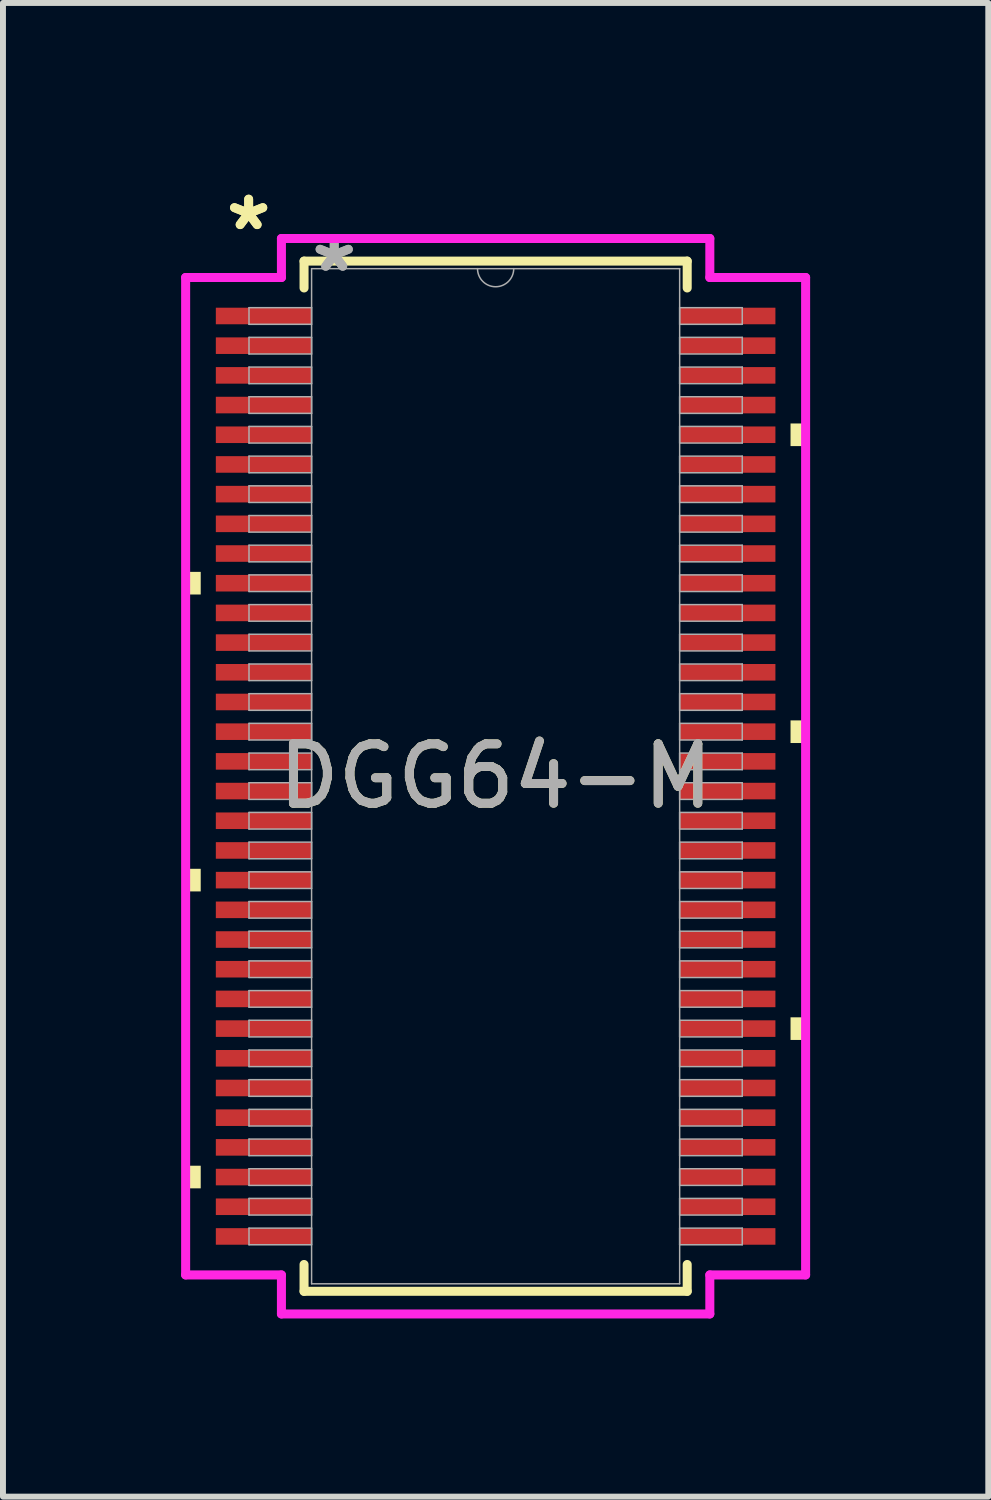
<source format=kicad_pcb>
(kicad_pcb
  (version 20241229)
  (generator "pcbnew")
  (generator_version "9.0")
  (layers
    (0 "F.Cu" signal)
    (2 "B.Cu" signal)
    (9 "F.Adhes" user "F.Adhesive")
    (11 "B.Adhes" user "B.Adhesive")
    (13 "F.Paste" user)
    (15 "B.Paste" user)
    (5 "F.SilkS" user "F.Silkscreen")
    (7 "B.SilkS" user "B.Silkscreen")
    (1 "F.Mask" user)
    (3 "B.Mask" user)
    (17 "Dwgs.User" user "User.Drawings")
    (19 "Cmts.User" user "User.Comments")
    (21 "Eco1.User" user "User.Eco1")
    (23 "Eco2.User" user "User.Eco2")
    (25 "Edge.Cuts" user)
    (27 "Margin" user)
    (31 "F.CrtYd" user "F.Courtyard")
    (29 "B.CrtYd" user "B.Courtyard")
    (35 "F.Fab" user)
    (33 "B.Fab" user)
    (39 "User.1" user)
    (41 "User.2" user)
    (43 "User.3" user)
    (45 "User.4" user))
  (footprint "DGG64-M"
    (layer "F.Cu")
    (at 5.296 10.021)
    (property "Reference" "DGG64-M" (at 0 0 0) (unlocked yes) (layer "F.SilkS") (effects (font (size 1 1) (thickness 0.15))))
    (attr smd)
    (fp_line (start -3.226 -8.674) (end -3.226 -8.222) (stroke (width 0.152) (type solid)) (layer "F.SilkS"))
    (fp_line (start -3.226 8.222) (end -3.226 8.674) (stroke (width 0.152) (type solid)) (layer "F.SilkS"))
    (fp_line (start -3.226 8.674) (end 3.226 8.674) (stroke (width 0.152) (type solid)) (layer "F.SilkS"))
    (fp_line (start 3.226 -8.674) (end -3.226 -8.674) (stroke (width 0.152) (type solid)) (layer "F.SilkS"))
    (fp_line (start 3.226 -8.222) (end 3.226 -8.674) (stroke (width 0.152) (type solid)) (layer "F.SilkS"))
    (fp_line (start 3.226 8.674) (end 3.226 8.222) (stroke (width 0.152) (type solid)) (layer "F.SilkS"))
    (fp_poly (pts (xy -5.22 -3.441) (xy -5.22 -3.06) (xy -4.966 -3.06) (xy -4.966 -3.441)) (stroke (width 0) (type solid)) (fill yes) (layer "F.SilkS"))
    (fp_poly (pts (xy -5.22 1.559) (xy -5.22 1.94) (xy -4.966 1.94) (xy -4.966 1.559)) (stroke (width 0) (type solid)) (fill yes) (layer "F.SilkS"))
    (fp_poly (pts (xy -5.22 6.559) (xy -5.22 6.94) (xy -4.966 6.94) (xy -4.966 6.559)) (stroke (width 0) (type solid)) (fill yes) (layer "F.SilkS"))
    (fp_poly (pts (xy 5.22 -5.94) (xy 5.22 -5.559) (xy 4.966 -5.559) (xy 4.966 -5.94)) (stroke (width 0) (type solid)) (fill yes) (layer "F.SilkS"))
    (fp_poly (pts (xy 5.22 -0.94) (xy 5.22 -0.559) (xy 4.966 -0.559) (xy 4.966 -0.94)) (stroke (width 0) (type solid)) (fill yes) (layer "F.SilkS"))
    (fp_poly (pts (xy 5.22 4.06) (xy 5.22 4.441) (xy 4.966 4.441) (xy 4.966 4.06)) (stroke (width 0) (type solid)) (fill yes) (layer "F.SilkS"))
    (fp_line (start -5.22 -8.398) (end -3.607 -8.398) (stroke (width 0.152) (type solid)) (layer "F.CrtYd"))
    (fp_line (start -5.22 8.398) (end -5.22 -8.398) (stroke (width 0.152) (type solid)) (layer "F.CrtYd"))
    (fp_line (start -5.22 8.398) (end -3.607 8.398) (stroke (width 0.152) (type solid)) (layer "F.CrtYd"))
    (fp_line (start -3.607 -9.055) (end 3.607 -9.055) (stroke (width 0.152) (type solid)) (layer "F.CrtYd"))
    (fp_line (start -3.607 -8.398) (end -3.607 -9.055) (stroke (width 0.152) (type solid)) (layer "F.CrtYd"))
    (fp_line (start -3.607 9.055) (end -3.607 8.398) (stroke (width 0.152) (type solid)) (layer "F.CrtYd"))
    (fp_line (start 3.607 -9.055) (end 3.607 -8.398) (stroke (width 0.152) (type solid)) (layer "F.CrtYd"))
    (fp_line (start 3.607 8.398) (end 3.607 9.055) (stroke (width 0.152) (type solid)) (layer "F.CrtYd"))
    (fp_line (start 3.607 9.055) (end -3.607 9.055) (stroke (width 0.152) (type solid)) (layer "F.CrtYd"))
    (fp_line (start 5.22 -8.398) (end 3.607 -8.398) (stroke (width 0.152) (type solid)) (layer "F.CrtYd"))
    (fp_line (start 5.22 -8.398) (end 5.22 8.398) (stroke (width 0.152) (type solid)) (layer "F.CrtYd"))
    (fp_line (start 5.22 8.398) (end 3.607 8.398) (stroke (width 0.152) (type solid)) (layer "F.CrtYd"))
    (fp_line (start -4.153 -7.89) (end -4.153 -7.61) (stroke (width 0.025) (type solid)) (layer "F.Fab"))
    (fp_line (start -4.153 -7.61) (end -3.099 -7.61) (stroke (width 0.025) (type solid)) (layer "F.Fab"))
    (fp_line (start -4.153 -7.39) (end -4.153 -7.11) (stroke (width 0.025) (type solid)) (layer "F.Fab"))
    (fp_line (start -4.153 -7.11) (end -3.099 -7.11) (stroke (width 0.025) (type solid)) (layer "F.Fab"))
    (fp_line (start -4.153 -6.89) (end -4.153 -6.61) (stroke (width 0.025) (type solid)) (layer "F.Fab"))
    (fp_line (start -4.153 -6.61) (end -3.099 -6.61) (stroke (width 0.025) (type solid)) (layer "F.Fab"))
    (fp_line (start -4.153 -6.39) (end -4.153 -6.11) (stroke (width 0.025) (type solid)) (layer "F.Fab"))
    (fp_line (start -4.153 -6.11) (end -3.099 -6.11) (stroke (width 0.025) (type solid)) (layer "F.Fab"))
    (fp_line (start -4.153 -5.89) (end -4.153 -5.61) (stroke (width 0.025) (type solid)) (layer "F.Fab"))
    (fp_line (start -4.153 -5.61) (end -3.099 -5.61) (stroke (width 0.025) (type solid)) (layer "F.Fab"))
    (fp_line (start -4.153 -5.39) (end -4.153 -5.11) (stroke (width 0.025) (type solid)) (layer "F.Fab"))
    (fp_line (start -4.153 -5.11) (end -3.099 -5.11) (stroke (width 0.025) (type solid)) (layer "F.Fab"))
    (fp_line (start -4.153 -4.89) (end -4.153 -4.61) (stroke (width 0.025) (type solid)) (layer "F.Fab"))
    (fp_line (start -4.153 -4.61) (end -3.099 -4.61) (stroke (width 0.025) (type solid)) (layer "F.Fab"))
    (fp_line (start -4.153 -4.39) (end -4.153 -4.11) (stroke (width 0.025) (type solid)) (layer "F.Fab"))
    (fp_line (start -4.153 -4.11) (end -3.099 -4.11) (stroke (width 0.025) (type solid)) (layer "F.Fab"))
    (fp_line (start -4.153 -3.89) (end -4.153 -3.61) (stroke (width 0.025) (type solid)) (layer "F.Fab"))
    (fp_line (start -4.153 -3.61) (end -3.099 -3.61) (stroke (width 0.025) (type solid)) (layer "F.Fab"))
    (fp_line (start -4.153 -3.39) (end -4.153 -3.11) (stroke (width 0.025) (type solid)) (layer "F.Fab"))
    (fp_line (start -4.153 -3.11) (end -3.099 -3.11) (stroke (width 0.025) (type solid)) (layer "F.Fab"))
    (fp_line (start -4.153 -2.89) (end -4.153 -2.61) (stroke (width 0.025) (type solid)) (layer "F.Fab"))
    (fp_line (start -4.153 -2.61) (end -3.099 -2.61) (stroke (width 0.025) (type solid)) (layer "F.Fab"))
    (fp_line (start -4.153 -2.39) (end -4.153 -2.11) (stroke (width 0.025) (type solid)) (layer "F.Fab"))
    (fp_line (start -4.153 -2.11) (end -3.099 -2.11) (stroke (width 0.025) (type solid)) (layer "F.Fab"))
    (fp_line (start -4.153 -1.89) (end -4.153 -1.61) (stroke (width 0.025) (type solid)) (layer "F.Fab"))
    (fp_line (start -4.153 -1.61) (end -3.099 -1.61) (stroke (width 0.025) (type solid)) (layer "F.Fab"))
    (fp_line (start -4.153 -1.39) (end -4.153 -1.11) (stroke (width 0.025) (type solid)) (layer "F.Fab"))
    (fp_line (start -4.153 -1.11) (end -3.099 -1.11) (stroke (width 0.025) (type solid)) (layer "F.Fab"))
    (fp_line (start -4.153 -0.89) (end -4.153 -0.61) (stroke (width 0.025) (type solid)) (layer "F.Fab"))
    (fp_line (start -4.153 -0.61) (end -3.099 -0.61) (stroke (width 0.025) (type solid)) (layer "F.Fab"))
    (fp_line (start -4.153 -0.39) (end -4.153 -0.11) (stroke (width 0.025) (type solid)) (layer "F.Fab"))
    (fp_line (start -4.153 -0.11) (end -3.099 -0.11) (stroke (width 0.025) (type solid)) (layer "F.Fab"))
    (fp_line (start -4.153 0.11) (end -4.153 0.39) (stroke (width 0.025) (type solid)) (layer "F.Fab"))
    (fp_line (start -4.153 0.39) (end -3.099 0.39) (stroke (width 0.025) (type solid)) (layer "F.Fab"))
    (fp_line (start -4.153 0.61) (end -4.153 0.89) (stroke (width 0.025) (type solid)) (layer "F.Fab"))
    (fp_line (start -4.153 0.89) (end -3.099 0.89) (stroke (width 0.025) (type solid)) (layer "F.Fab"))
    (fp_line (start -4.153 1.11) (end -4.153 1.39) (stroke (width 0.025) (type solid)) (layer "F.Fab"))
    (fp_line (start -4.153 1.39) (end -3.099 1.39) (stroke (width 0.025) (type solid)) (layer "F.Fab"))
    (fp_line (start -4.153 1.61) (end -4.153 1.89) (stroke (width 0.025) (type solid)) (layer "F.Fab"))
    (fp_line (start -4.153 1.89) (end -3.099 1.89) (stroke (width 0.025) (type solid)) (layer "F.Fab"))
    (fp_line (start -4.153 2.11) (end -4.153 2.39) (stroke (width 0.025) (type solid)) (layer "F.Fab"))
    (fp_line (start -4.153 2.39) (end -3.099 2.39) (stroke (width 0.025) (type solid)) (layer "F.Fab"))
    (fp_line (start -4.153 2.61) (end -4.153 2.89) (stroke (width 0.025) (type solid)) (layer "F.Fab"))
    (fp_line (start -4.153 2.89) (end -3.099 2.89) (stroke (width 0.025) (type solid)) (layer "F.Fab"))
    (fp_line (start -4.153 3.11) (end -4.153 3.39) (stroke (width 0.025) (type solid)) (layer "F.Fab"))
    (fp_line (start -4.153 3.39) (end -3.099 3.39) (stroke (width 0.025) (type solid)) (layer "F.Fab"))
    (fp_line (start -4.153 3.61) (end -4.153 3.89) (stroke (width 0.025) (type solid)) (layer "F.Fab"))
    (fp_line (start -4.153 3.89) (end -3.099 3.89) (stroke (width 0.025) (type solid)) (layer "F.Fab"))
    (fp_line (start -4.153 4.11) (end -4.153 4.39) (stroke (width 0.025) (type solid)) (layer "F.Fab"))
    (fp_line (start -4.153 4.39) (end -3.099 4.39) (stroke (width 0.025) (type solid)) (layer "F.Fab"))
    (fp_line (start -4.153 4.61) (end -4.153 4.89) (stroke (width 0.025) (type solid)) (layer "F.Fab"))
    (fp_line (start -4.153 4.89) (end -3.099 4.89) (stroke (width 0.025) (type solid)) (layer "F.Fab"))
    (fp_line (start -4.153 5.11) (end -4.153 5.39) (stroke (width 0.025) (type solid)) (layer "F.Fab"))
    (fp_line (start -4.153 5.39) (end -3.099 5.39) (stroke (width 0.025) (type solid)) (layer "F.Fab"))
    (fp_line (start -4.153 5.61) (end -4.153 5.89) (stroke (width 0.025) (type solid)) (layer "F.Fab"))
    (fp_line (start -4.153 5.89) (end -3.099 5.89) (stroke (width 0.025) (type solid)) (layer "F.Fab"))
    (fp_line (start -4.153 6.11) (end -4.153 6.39) (stroke (width 0.025) (type solid)) (layer "F.Fab"))
    (fp_line (start -4.153 6.39) (end -3.099 6.39) (stroke (width 0.025) (type solid)) (layer "F.Fab"))
    (fp_line (start -4.153 6.61) (end -4.153 6.89) (stroke (width 0.025) (type solid)) (layer "F.Fab"))
    (fp_line (start -4.153 6.89) (end -3.099 6.89) (stroke (width 0.025) (type solid)) (layer "F.Fab"))
    (fp_line (start -4.153 7.11) (end -4.153 7.39) (stroke (width 0.025) (type solid)) (layer "F.Fab"))
    (fp_line (start -4.153 7.39) (end -3.099 7.39) (stroke (width 0.025) (type solid)) (layer "F.Fab"))
    (fp_line (start -4.153 7.61) (end -4.153 7.89) (stroke (width 0.025) (type solid)) (layer "F.Fab"))
    (fp_line (start -4.153 7.89) (end -3.099 7.89) (stroke (width 0.025) (type solid)) (layer "F.Fab"))
    (fp_line (start -3.099 -8.547) (end -3.099 8.547) (stroke (width 0.025) (type solid)) (layer "F.Fab"))
    (fp_line (start -3.099 -7.89) (end -4.153 -7.89) (stroke (width 0.025) (type solid)) (layer "F.Fab"))
    (fp_line (start -3.099 -7.61) (end -3.099 -7.89) (stroke (width 0.025) (type solid)) (layer "F.Fab"))
    (fp_line (start -3.099 -7.39) (end -4.153 -7.39) (stroke (width 0.025) (type solid)) (layer "F.Fab"))
    (fp_line (start -3.099 -7.11) (end -3.099 -7.39) (stroke (width 0.025) (type solid)) (layer "F.Fab"))
    (fp_line (start -3.099 -6.89) (end -4.153 -6.89) (stroke (width 0.025) (type solid)) (layer "F.Fab"))
    (fp_line (start -3.099 -6.61) (end -3.099 -6.89) (stroke (width 0.025) (type solid)) (layer "F.Fab"))
    (fp_line (start -3.099 -6.39) (end -4.153 -6.39) (stroke (width 0.025) (type solid)) (layer "F.Fab"))
    (fp_line (start -3.099 -6.11) (end -3.099 -6.39) (stroke (width 0.025) (type solid)) (layer "F.Fab"))
    (fp_line (start -3.099 -5.89) (end -4.153 -5.89) (stroke (width 0.025) (type solid)) (layer "F.Fab"))
    (fp_line (start -3.099 -5.61) (end -3.099 -5.89) (stroke (width 0.025) (type solid)) (layer "F.Fab"))
    (fp_line (start -3.099 -5.39) (end -4.153 -5.39) (stroke (width 0.025) (type solid)) (layer "F.Fab"))
    (fp_line (start -3.099 -5.11) (end -3.099 -5.39) (stroke (width 0.025) (type solid)) (layer "F.Fab"))
    (fp_line (start -3.099 -4.89) (end -4.153 -4.89) (stroke (width 0.025) (type solid)) (layer "F.Fab"))
    (fp_line (start -3.099 -4.61) (end -3.099 -4.89) (stroke (width 0.025) (type solid)) (layer "F.Fab"))
    (fp_line (start -3.099 -4.39) (end -4.153 -4.39) (stroke (width 0.025) (type solid)) (layer "F.Fab"))
    (fp_line (start -3.099 -4.11) (end -3.099 -4.39) (stroke (width 0.025) (type solid)) (layer "F.Fab"))
    (fp_line (start -3.099 -3.89) (end -4.153 -3.89) (stroke (width 0.025) (type solid)) (layer "F.Fab"))
    (fp_line (start -3.099 -3.61) (end -3.099 -3.89) (stroke (width 0.025) (type solid)) (layer "F.Fab"))
    (fp_line (start -3.099 -3.39) (end -4.153 -3.39) (stroke (width 0.025) (type solid)) (layer "F.Fab"))
    (fp_line (start -3.099 -3.11) (end -3.099 -3.39) (stroke (width 0.025) (type solid)) (layer "F.Fab"))
    (fp_line (start -3.099 -2.89) (end -4.153 -2.89) (stroke (width 0.025) (type solid)) (layer "F.Fab"))
    (fp_line (start -3.099 -2.61) (end -3.099 -2.89) (stroke (width 0.025) (type solid)) (layer "F.Fab"))
    (fp_line (start -3.099 -2.39) (end -4.153 -2.39) (stroke (width 0.025) (type solid)) (layer "F.Fab"))
    (fp_line (start -3.099 -2.11) (end -3.099 -2.39) (stroke (width 0.025) (type solid)) (layer "F.Fab"))
    (fp_line (start -3.099 -1.89) (end -4.153 -1.89) (stroke (width 0.025) (type solid)) (layer "F.Fab"))
    (fp_line (start -3.099 -1.61) (end -3.099 -1.89) (stroke (width 0.025) (type solid)) (layer "F.Fab"))
    (fp_line (start -3.099 -1.39) (end -4.153 -1.39) (stroke (width 0.025) (type solid)) (layer "F.Fab"))
    (fp_line (start -3.099 -1.11) (end -3.099 -1.39) (stroke (width 0.025) (type solid)) (layer "F.Fab"))
    (fp_line (start -3.099 -0.89) (end -4.153 -0.89) (stroke (width 0.025) (type solid)) (layer "F.Fab"))
    (fp_line (start -3.099 -0.61) (end -3.099 -0.89) (stroke (width 0.025) (type solid)) (layer "F.Fab"))
    (fp_line (start -3.099 -0.39) (end -4.153 -0.39) (stroke (width 0.025) (type solid)) (layer "F.Fab"))
    (fp_line (start -3.099 -0.11) (end -3.099 -0.39) (stroke (width 0.025) (type solid)) (layer "F.Fab"))
    (fp_line (start -3.099 0.11) (end -4.153 0.11) (stroke (width 0.025) (type solid)) (layer "F.Fab"))
    (fp_line (start -3.099 0.39) (end -3.099 0.11) (stroke (width 0.025) (type solid)) (layer "F.Fab"))
    (fp_line (start -3.099 0.61) (end -4.153 0.61) (stroke (width 0.025) (type solid)) (layer "F.Fab"))
    (fp_line (start -3.099 0.89) (end -3.099 0.61) (stroke (width 0.025) (type solid)) (layer "F.Fab"))
    (fp_line (start -3.099 1.11) (end -4.153 1.11) (stroke (width 0.025) (type solid)) (layer "F.Fab"))
    (fp_line (start -3.099 1.39) (end -3.099 1.11) (stroke (width 0.025) (type solid)) (layer "F.Fab"))
    (fp_line (start -3.099 1.61) (end -4.153 1.61) (stroke (width 0.025) (type solid)) (layer "F.Fab"))
    (fp_line (start -3.099 1.89) (end -3.099 1.61) (stroke (width 0.025) (type solid)) (layer "F.Fab"))
    (fp_line (start -3.099 2.11) (end -4.153 2.11) (stroke (width 0.025) (type solid)) (layer "F.Fab"))
    (fp_line (start -3.099 2.39) (end -3.099 2.11) (stroke (width 0.025) (type solid)) (layer "F.Fab"))
    (fp_line (start -3.099 2.61) (end -4.153 2.61) (stroke (width 0.025) (type solid)) (layer "F.Fab"))
    (fp_line (start -3.099 2.89) (end -3.099 2.61) (stroke (width 0.025) (type solid)) (layer "F.Fab"))
    (fp_line (start -3.099 3.11) (end -4.153 3.11) (stroke (width 0.025) (type solid)) (layer "F.Fab"))
    (fp_line (start -3.099 3.39) (end -3.099 3.11) (stroke (width 0.025) (type solid)) (layer "F.Fab"))
    (fp_line (start -3.099 3.61) (end -4.153 3.61) (stroke (width 0.025) (type solid)) (layer "F.Fab"))
    (fp_line (start -3.099 3.89) (end -3.099 3.61) (stroke (width 0.025) (type solid)) (layer "F.Fab"))
    (fp_line (start -3.099 4.11) (end -4.153 4.11) (stroke (width 0.025) (type solid)) (layer "F.Fab"))
    (fp_line (start -3.099 4.39) (end -3.099 4.11) (stroke (width 0.025) (type solid)) (layer "F.Fab"))
    (fp_line (start -3.099 4.61) (end -4.153 4.61) (stroke (width 0.025) (type solid)) (layer "F.Fab"))
    (fp_line (start -3.099 4.89) (end -3.099 4.61) (stroke (width 0.025) (type solid)) (layer "F.Fab"))
    (fp_line (start -3.099 5.11) (end -4.153 5.11) (stroke (width 0.025) (type solid)) (layer "F.Fab"))
    (fp_line (start -3.099 5.39) (end -3.099 5.11) (stroke (width 0.025) (type solid)) (layer "F.Fab"))
    (fp_line (start -3.099 5.61) (end -4.153 5.61) (stroke (width 0.025) (type solid)) (layer "F.Fab"))
    (fp_line (start -3.099 5.89) (end -3.099 5.61) (stroke (width 0.025) (type solid)) (layer "F.Fab"))
    (fp_line (start -3.099 6.11) (end -4.153 6.11) (stroke (width 0.025) (type solid)) (layer "F.Fab"))
    (fp_line (start -3.099 6.39) (end -3.099 6.11) (stroke (width 0.025) (type solid)) (layer "F.Fab"))
    (fp_line (start -3.099 6.61) (end -4.153 6.61) (stroke (width 0.025) (type solid)) (layer "F.Fab"))
    (fp_line (start -3.099 6.89) (end -3.099 6.61) (stroke (width 0.025) (type solid)) (layer "F.Fab"))
    (fp_line (start -3.099 7.11) (end -4.153 7.11) (stroke (width 0.025) (type solid)) (layer "F.Fab"))
    (fp_line (start -3.099 7.39) (end -3.099 7.11) (stroke (width 0.025) (type solid)) (layer "F.Fab"))
    (fp_line (start -3.099 7.61) (end -4.153 7.61) (stroke (width 0.025) (type solid)) (layer "F.Fab"))
    (fp_line (start -3.099 7.89) (end -3.099 7.61) (stroke (width 0.025) (type solid)) (layer "F.Fab"))
    (fp_line (start -3.099 8.547) (end 3.099 8.547) (stroke (width 0.025) (type solid)) (layer "F.Fab"))
    (fp_line (start 3.099 -8.547) (end -3.099 -8.547) (stroke (width 0.025) (type solid)) (layer "F.Fab"))
    (fp_line (start 3.099 -7.89) (end 3.099 -7.61) (stroke (width 0.025) (type solid)) (layer "F.Fab"))
    (fp_line (start 3.099 -7.61) (end 4.153 -7.61) (stroke (width 0.025) (type solid)) (layer "F.Fab"))
    (fp_line (start 3.099 -7.39) (end 3.099 -7.11) (stroke (width 0.025) (type solid)) (layer "F.Fab"))
    (fp_line (start 3.099 -7.11) (end 4.153 -7.11) (stroke (width 0.025) (type solid)) (layer "F.Fab"))
    (fp_line (start 3.099 -6.89) (end 3.099 -6.61) (stroke (width 0.025) (type solid)) (layer "F.Fab"))
    (fp_line (start 3.099 -6.61) (end 4.153 -6.61) (stroke (width 0.025) (type solid)) (layer "F.Fab"))
    (fp_line (start 3.099 -6.39) (end 3.099 -6.11) (stroke (width 0.025) (type solid)) (layer "F.Fab"))
    (fp_line (start 3.099 -6.11) (end 4.153 -6.11) (stroke (width 0.025) (type solid)) (layer "F.Fab"))
    (fp_line (start 3.099 -5.89) (end 3.099 -5.61) (stroke (width 0.025) (type solid)) (layer "F.Fab"))
    (fp_line (start 3.099 -5.61) (end 4.153 -5.61) (stroke (width 0.025) (type solid)) (layer "F.Fab"))
    (fp_line (start 3.099 -5.39) (end 3.099 -5.11) (stroke (width 0.025) (type solid)) (layer "F.Fab"))
    (fp_line (start 3.099 -5.11) (end 4.153 -5.11) (stroke (width 0.025) (type solid)) (layer "F.Fab"))
    (fp_line (start 3.099 -4.89) (end 3.099 -4.61) (stroke (width 0.025) (type solid)) (layer "F.Fab"))
    (fp_line (start 3.099 -4.61) (end 4.153 -4.61) (stroke (width 0.025) (type solid)) (layer "F.Fab"))
    (fp_line (start 3.099 -4.39) (end 3.099 -4.11) (stroke (width 0.025) (type solid)) (layer "F.Fab"))
    (fp_line (start 3.099 -4.11) (end 4.153 -4.11) (stroke (width 0.025) (type solid)) (layer "F.Fab"))
    (fp_line (start 3.099 -3.89) (end 3.099 -3.61) (stroke (width 0.025) (type solid)) (layer "F.Fab"))
    (fp_line (start 3.099 -3.61) (end 4.153 -3.61) (stroke (width 0.025) (type solid)) (layer "F.Fab"))
    (fp_line (start 3.099 -3.39) (end 3.099 -3.11) (stroke (width 0.025) (type solid)) (layer "F.Fab"))
    (fp_line (start 3.099 -3.11) (end 4.153 -3.11) (stroke (width 0.025) (type solid)) (layer "F.Fab"))
    (fp_line (start 3.099 -2.89) (end 3.099 -2.61) (stroke (width 0.025) (type solid)) (layer "F.Fab"))
    (fp_line (start 3.099 -2.61) (end 4.153 -2.61) (stroke (width 0.025) (type solid)) (layer "F.Fab"))
    (fp_line (start 3.099 -2.39) (end 3.099 -2.11) (stroke (width 0.025) (type solid)) (layer "F.Fab"))
    (fp_line (start 3.099 -2.11) (end 4.153 -2.11) (stroke (width 0.025) (type solid)) (layer "F.Fab"))
    (fp_line (start 3.099 -1.89) (end 3.099 -1.61) (stroke (width 0.025) (type solid)) (layer "F.Fab"))
    (fp_line (start 3.099 -1.61) (end 4.153 -1.61) (stroke (width 0.025) (type solid)) (layer "F.Fab"))
    (fp_line (start 3.099 -1.39) (end 3.099 -1.11) (stroke (width 0.025) (type solid)) (layer "F.Fab"))
    (fp_line (start 3.099 -1.11) (end 4.153 -1.11) (stroke (width 0.025) (type solid)) (layer "F.Fab"))
    (fp_line (start 3.099 -0.89) (end 3.099 -0.61) (stroke (width 0.025) (type solid)) (layer "F.Fab"))
    (fp_line (start 3.099 -0.61) (end 4.153 -0.61) (stroke (width 0.025) (type solid)) (layer "F.Fab"))
    (fp_line (start 3.099 -0.39) (end 3.099 -0.11) (stroke (width 0.025) (type solid)) (layer "F.Fab"))
    (fp_line (start 3.099 -0.11) (end 4.153 -0.11) (stroke (width 0.025) (type solid)) (layer "F.Fab"))
    (fp_line (start 3.099 0.11) (end 3.099 0.39) (stroke (width 0.025) (type solid)) (layer "F.Fab"))
    (fp_line (start 3.099 0.39) (end 4.153 0.39) (stroke (width 0.025) (type solid)) (layer "F.Fab"))
    (fp_line (start 3.099 0.61) (end 3.099 0.89) (stroke (width 0.025) (type solid)) (layer "F.Fab"))
    (fp_line (start 3.099 0.89) (end 4.153 0.89) (stroke (width 0.025) (type solid)) (layer "F.Fab"))
    (fp_line (start 3.099 1.11) (end 3.099 1.39) (stroke (width 0.025) (type solid)) (layer "F.Fab"))
    (fp_line (start 3.099 1.39) (end 4.153 1.39) (stroke (width 0.025) (type solid)) (layer "F.Fab"))
    (fp_line (start 3.099 1.61) (end 3.099 1.89) (stroke (width 0.025) (type solid)) (layer "F.Fab"))
    (fp_line (start 3.099 1.89) (end 4.153 1.89) (stroke (width 0.025) (type solid)) (layer "F.Fab"))
    (fp_line (start 3.099 2.11) (end 3.099 2.39) (stroke (width 0.025) (type solid)) (layer "F.Fab"))
    (fp_line (start 3.099 2.39) (end 4.153 2.39) (stroke (width 0.025) (type solid)) (layer "F.Fab"))
    (fp_line (start 3.099 2.61) (end 3.099 2.89) (stroke (width 0.025) (type solid)) (layer "F.Fab"))
    (fp_line (start 3.099 2.89) (end 4.153 2.89) (stroke (width 0.025) (type solid)) (layer "F.Fab"))
    (fp_line (start 3.099 3.11) (end 3.099 3.39) (stroke (width 0.025) (type solid)) (layer "F.Fab"))
    (fp_line (start 3.099 3.39) (end 4.153 3.39) (stroke (width 0.025) (type solid)) (layer "F.Fab"))
    (fp_line (start 3.099 3.61) (end 3.099 3.89) (stroke (width 0.025) (type solid)) (layer "F.Fab"))
    (fp_line (start 3.099 3.89) (end 4.153 3.89) (stroke (width 0.025) (type solid)) (layer "F.Fab"))
    (fp_line (start 3.099 4.11) (end 3.099 4.39) (stroke (width 0.025) (type solid)) (layer "F.Fab"))
    (fp_line (start 3.099 4.39) (end 4.153 4.39) (stroke (width 0.025) (type solid)) (layer "F.Fab"))
    (fp_line (start 3.099 4.61) (end 3.099 4.89) (stroke (width 0.025) (type solid)) (layer "F.Fab"))
    (fp_line (start 3.099 4.89) (end 4.153 4.89) (stroke (width 0.025) (type solid)) (layer "F.Fab"))
    (fp_line (start 3.099 5.11) (end 3.099 5.39) (stroke (width 0.025) (type solid)) (layer "F.Fab"))
    (fp_line (start 3.099 5.39) (end 4.153 5.39) (stroke (width 0.025) (type solid)) (layer "F.Fab"))
    (fp_line (start 3.099 5.61) (end 3.099 5.89) (stroke (width 0.025) (type solid)) (layer "F.Fab"))
    (fp_line (start 3.099 5.89) (end 4.153 5.89) (stroke (width 0.025) (type solid)) (layer "F.Fab"))
    (fp_line (start 3.099 6.11) (end 3.099 6.39) (stroke (width 0.025) (type solid)) (layer "F.Fab"))
    (fp_line (start 3.099 6.39) (end 4.153 6.39) (stroke (width 0.025) (type solid)) (layer "F.Fab"))
    (fp_line (start 3.099 6.61) (end 3.099 6.89) (stroke (width 0.025) (type solid)) (layer "F.Fab"))
    (fp_line (start 3.099 6.89) (end 4.153 6.89) (stroke (width 0.025) (type solid)) (layer "F.Fab"))
    (fp_line (start 3.099 7.11) (end 3.099 7.39) (stroke (width 0.025) (type solid)) (layer "F.Fab"))
    (fp_line (start 3.099 7.39) (end 4.153 7.39) (stroke (width 0.025) (type solid)) (layer "F.Fab"))
    (fp_line (start 3.099 7.61) (end 3.099 7.89) (stroke (width 0.025) (type solid)) (layer "F.Fab"))
    (fp_line (start 3.099 7.89) (end 4.153 7.89) (stroke (width 0.025) (type solid)) (layer "F.Fab"))
    (fp_line (start 3.099 8.547) (end 3.099 -8.547) (stroke (width 0.025) (type solid)) (layer "F.Fab"))
    (fp_line (start 4.153 -7.89) (end 3.099 -7.89) (stroke (width 0.025) (type solid)) (layer "F.Fab"))
    (fp_line (start 4.153 -7.61) (end 4.153 -7.89) (stroke (width 0.025) (type solid)) (layer "F.Fab"))
    (fp_line (start 4.153 -7.39) (end 3.099 -7.39) (stroke (width 0.025) (type solid)) (layer "F.Fab"))
    (fp_line (start 4.153 -7.11) (end 4.153 -7.39) (stroke (width 0.025) (type solid)) (layer "F.Fab"))
    (fp_line (start 4.153 -6.89) (end 3.099 -6.89) (stroke (width 0.025) (type solid)) (layer "F.Fab"))
    (fp_line (start 4.153 -6.61) (end 4.153 -6.89) (stroke (width 0.025) (type solid)) (layer "F.Fab"))
    (fp_line (start 4.153 -6.39) (end 3.099 -6.39) (stroke (width 0.025) (type solid)) (layer "F.Fab"))
    (fp_line (start 4.153 -6.11) (end 4.153 -6.39) (stroke (width 0.025) (type solid)) (layer "F.Fab"))
    (fp_line (start 4.153 -5.89) (end 3.099 -5.89) (stroke (width 0.025) (type solid)) (layer "F.Fab"))
    (fp_line (start 4.153 -5.61) (end 4.153 -5.89) (stroke (width 0.025) (type solid)) (layer "F.Fab"))
    (fp_line (start 4.153 -5.39) (end 3.099 -5.39) (stroke (width 0.025) (type solid)) (layer "F.Fab"))
    (fp_line (start 4.153 -5.11) (end 4.153 -5.39) (stroke (width 0.025) (type solid)) (layer "F.Fab"))
    (fp_line (start 4.153 -4.89) (end 3.099 -4.89) (stroke (width 0.025) (type solid)) (layer "F.Fab"))
    (fp_line (start 4.153 -4.61) (end 4.153 -4.89) (stroke (width 0.025) (type solid)) (layer "F.Fab"))
    (fp_line (start 4.153 -4.39) (end 3.099 -4.39) (stroke (width 0.025) (type solid)) (layer "F.Fab"))
    (fp_line (start 4.153 -4.11) (end 4.153 -4.39) (stroke (width 0.025) (type solid)) (layer "F.Fab"))
    (fp_line (start 4.153 -3.89) (end 3.099 -3.89) (stroke (width 0.025) (type solid)) (layer "F.Fab"))
    (fp_line (start 4.153 -3.61) (end 4.153 -3.89) (stroke (width 0.025) (type solid)) (layer "F.Fab"))
    (fp_line (start 4.153 -3.39) (end 3.099 -3.39) (stroke (width 0.025) (type solid)) (layer "F.Fab"))
    (fp_line (start 4.153 -3.11) (end 4.153 -3.39) (stroke (width 0.025) (type solid)) (layer "F.Fab"))
    (fp_line (start 4.153 -2.89) (end 3.099 -2.89) (stroke (width 0.025) (type solid)) (layer "F.Fab"))
    (fp_line (start 4.153 -2.61) (end 4.153 -2.89) (stroke (width 0.025) (type solid)) (layer "F.Fab"))
    (fp_line (start 4.153 -2.39) (end 3.099 -2.39) (stroke (width 0.025) (type solid)) (layer "F.Fab"))
    (fp_line (start 4.153 -2.11) (end 4.153 -2.39) (stroke (width 0.025) (type solid)) (layer "F.Fab"))
    (fp_line (start 4.153 -1.89) (end 3.099 -1.89) (stroke (width 0.025) (type solid)) (layer "F.Fab"))
    (fp_line (start 4.153 -1.61) (end 4.153 -1.89) (stroke (width 0.025) (type solid)) (layer "F.Fab"))
    (fp_line (start 4.153 -1.39) (end 3.099 -1.39) (stroke (width 0.025) (type solid)) (layer "F.Fab"))
    (fp_line (start 4.153 -1.11) (end 4.153 -1.39) (stroke (width 0.025) (type solid)) (layer "F.Fab"))
    (fp_line (start 4.153 -0.89) (end 3.099 -0.89) (stroke (width 0.025) (type solid)) (layer "F.Fab"))
    (fp_line (start 4.153 -0.61) (end 4.153 -0.89) (stroke (width 0.025) (type solid)) (layer "F.Fab"))
    (fp_line (start 4.153 -0.39) (end 3.099 -0.39) (stroke (width 0.025) (type solid)) (layer "F.Fab"))
    (fp_line (start 4.153 -0.11) (end 4.153 -0.39) (stroke (width 0.025) (type solid)) (layer "F.Fab"))
    (fp_line (start 4.153 0.11) (end 3.099 0.11) (stroke (width 0.025) (type solid)) (layer "F.Fab"))
    (fp_line (start 4.153 0.39) (end 4.153 0.11) (stroke (width 0.025) (type solid)) (layer "F.Fab"))
    (fp_line (start 4.153 0.61) (end 3.099 0.61) (stroke (width 0.025) (type solid)) (layer "F.Fab"))
    (fp_line (start 4.153 0.89) (end 4.153 0.61) (stroke (width 0.025) (type solid)) (layer "F.Fab"))
    (fp_line (start 4.153 1.11) (end 3.099 1.11) (stroke (width 0.025) (type solid)) (layer "F.Fab"))
    (fp_line (start 4.153 1.39) (end 4.153 1.11) (stroke (width 0.025) (type solid)) (layer "F.Fab"))
    (fp_line (start 4.153 1.61) (end 3.099 1.61) (stroke (width 0.025) (type solid)) (layer "F.Fab"))
    (fp_line (start 4.153 1.89) (end 4.153 1.61) (stroke (width 0.025) (type solid)) (layer "F.Fab"))
    (fp_line (start 4.153 2.11) (end 3.099 2.11) (stroke (width 0.025) (type solid)) (layer "F.Fab"))
    (fp_line (start 4.153 2.39) (end 4.153 2.11) (stroke (width 0.025) (type solid)) (layer "F.Fab"))
    (fp_line (start 4.153 2.61) (end 3.099 2.61) (stroke (width 0.025) (type solid)) (layer "F.Fab"))
    (fp_line (start 4.153 2.89) (end 4.153 2.61) (stroke (width 0.025) (type solid)) (layer "F.Fab"))
    (fp_line (start 4.153 3.11) (end 3.099 3.11) (stroke (width 0.025) (type solid)) (layer "F.Fab"))
    (fp_line (start 4.153 3.39) (end 4.153 3.11) (stroke (width 0.025) (type solid)) (layer "F.Fab"))
    (fp_line (start 4.153 3.61) (end 3.099 3.61) (stroke (width 0.025) (type solid)) (layer "F.Fab"))
    (fp_line (start 4.153 3.89) (end 4.153 3.61) (stroke (width 0.025) (type solid)) (layer "F.Fab"))
    (fp_line (start 4.153 4.11) (end 3.099 4.11) (stroke (width 0.025) (type solid)) (layer "F.Fab"))
    (fp_line (start 4.153 4.39) (end 4.153 4.11) (stroke (width 0.025) (type solid)) (layer "F.Fab"))
    (fp_line (start 4.153 4.61) (end 3.099 4.61) (stroke (width 0.025) (type solid)) (layer "F.Fab"))
    (fp_line (start 4.153 4.89) (end 4.153 4.61) (stroke (width 0.025) (type solid)) (layer "F.Fab"))
    (fp_line (start 4.153 5.11) (end 3.099 5.11) (stroke (width 0.025) (type solid)) (layer "F.Fab"))
    (fp_line (start 4.153 5.39) (end 4.153 5.11) (stroke (width 0.025) (type solid)) (layer "F.Fab"))
    (fp_line (start 4.153 5.61) (end 3.099 5.61) (stroke (width 0.025) (type solid)) (layer "F.Fab"))
    (fp_line (start 4.153 5.89) (end 4.153 5.61) (stroke (width 0.025) (type solid)) (layer "F.Fab"))
    (fp_line (start 4.153 6.11) (end 3.099 6.11) (stroke (width 0.025) (type solid)) (layer "F.Fab"))
    (fp_line (start 4.153 6.39) (end 4.153 6.11) (stroke (width 0.025) (type solid)) (layer "F.Fab"))
    (fp_line (start 4.153 6.61) (end 3.099 6.61) (stroke (width 0.025) (type solid)) (layer "F.Fab"))
    (fp_line (start 4.153 6.89) (end 4.153 6.61) (stroke (width 0.025) (type solid)) (layer "F.Fab"))
    (fp_line (start 4.153 7.11) (end 3.099 7.11) (stroke (width 0.025) (type solid)) (layer "F.Fab"))
    (fp_line (start 4.153 7.39) (end 4.153 7.11) (stroke (width 0.025) (type solid)) (layer "F.Fab"))
    (fp_line (start 4.153 7.61) (end 3.099 7.61) (stroke (width 0.025) (type solid)) (layer "F.Fab"))
    (fp_line (start 4.153 7.89) (end 4.153 7.61) (stroke (width 0.025) (type solid)) (layer "F.Fab"))
    (fp_arc (start 0.3048 -8.5471) (mid 0 -8.2423) (end -0.3048 -8.5471) (stroke (width 0.0254) (type solid)) (layer "F.Fab"))
    (fp_text user "*" (at -4.159 -9.172 0) (layer "F.SilkS") (effects (font (size 1 1) (thickness 0.15))))
    (fp_text user "*" (at -4.159 -9.172 0) (unlocked yes) (layer "F.SilkS") (effects (font (size 1 1) (thickness 0.15))))
    (fp_text user "*" (at -2.718 -8.471 0) (layer "F.Fab") (effects (font (size 1 1) (thickness 0.15))))
    (fp_text user "${REFERENCE}" (at 0 0 0) (unlocked yes) (layer "F.Fab") (effects (font (size 1 1) (thickness 0.15))))
    (fp_text user "*" (at -2.718 -8.471 0) (unlocked yes) (layer "F.Fab") (effects (font (size 1 1) (thickness 0.15))))
    (pad "1" smd rect (at -3.905 -7.75) (size 1.613 0.279) (layers "F.Cu" "F.Mask" "F.Paste"))
    (pad "2" smd rect (at -3.905 -7.25) (size 1.613 0.279) (layers "F.Cu" "F.Mask" "F.Paste"))
    (pad "3" smd rect (at -3.905 -6.75) (size 1.613 0.279) (layers "F.Cu" "F.Mask" "F.Paste"))
    (pad "4" smd rect (at -3.905 -6.25) (size 1.613 0.279) (layers "F.Cu" "F.Mask" "F.Paste"))
    (pad "5" smd rect (at -3.905 -5.75) (size 1.613 0.279) (layers "F.Cu" "F.Mask" "F.Paste"))
    (pad "6" smd rect (at -3.905 -5.25) (size 1.613 0.279) (layers "F.Cu" "F.Mask" "F.Paste"))
    (pad "7" smd rect (at -3.905 -4.75) (size 1.613 0.279) (layers "F.Cu" "F.Mask" "F.Paste"))
    (pad "8" smd rect (at -3.905 -4.25) (size 1.613 0.279) (layers "F.Cu" "F.Mask" "F.Paste"))
    (pad "9" smd rect (at -3.905 -3.75) (size 1.613 0.279) (layers "F.Cu" "F.Mask" "F.Paste"))
    (pad "10" smd rect (at -3.905 -3.25) (size 1.613 0.279) (layers "F.Cu" "F.Mask" "F.Paste"))
    (pad "11" smd rect (at -3.905 -2.75) (size 1.613 0.279) (layers "F.Cu" "F.Mask" "F.Paste"))
    (pad "12" smd rect (at -3.905 -2.25) (size 1.613 0.279) (layers "F.Cu" "F.Mask" "F.Paste"))
    (pad "13" smd rect (at -3.905 -1.75) (size 1.613 0.279) (layers "F.Cu" "F.Mask" "F.Paste"))
    (pad "14" smd rect (at -3.905 -1.25) (size 1.613 0.279) (layers "F.Cu" "F.Mask" "F.Paste"))
    (pad "15" smd rect (at -3.905 -0.75) (size 1.613 0.279) (layers "F.Cu" "F.Mask" "F.Paste"))
    (pad "16" smd rect (at -3.905 -0.25) (size 1.613 0.279) (layers "F.Cu" "F.Mask" "F.Paste"))
    (pad "17" smd rect (at -3.905 0.25) (size 1.613 0.279) (layers "F.Cu" "F.Mask" "F.Paste"))
    (pad "18" smd rect (at -3.905 0.75) (size 1.613 0.279) (layers "F.Cu" "F.Mask" "F.Paste"))
    (pad "19" smd rect (at -3.905 1.25) (size 1.613 0.279) (layers "F.Cu" "F.Mask" "F.Paste"))
    (pad "20" smd rect (at -3.905 1.75) (size 1.613 0.279) (layers "F.Cu" "F.Mask" "F.Paste"))
    (pad "21" smd rect (at -3.905 2.25) (size 1.613 0.279) (layers "F.Cu" "F.Mask" "F.Paste"))
    (pad "22" smd rect (at -3.905 2.75) (size 1.613 0.279) (layers "F.Cu" "F.Mask" "F.Paste"))
    (pad "23" smd rect (at -3.905 3.25) (size 1.613 0.279) (layers "F.Cu" "F.Mask" "F.Paste"))
    (pad "24" smd rect (at -3.905 3.75) (size 1.613 0.279) (layers "F.Cu" "F.Mask" "F.Paste"))
    (pad "25" smd rect (at -3.905 4.25) (size 1.613 0.279) (layers "F.Cu" "F.Mask" "F.Paste"))
    (pad "26" smd rect (at -3.905 4.75) (size 1.613 0.279) (layers "F.Cu" "F.Mask" "F.Paste"))
    (pad "27" smd rect (at -3.905 5.25) (size 1.613 0.279) (layers "F.Cu" "F.Mask" "F.Paste"))
    (pad "28" smd rect (at -3.905 5.75) (size 1.613 0.279) (layers "F.Cu" "F.Mask" "F.Paste"))
    (pad "29" smd rect (at -3.905 6.25) (size 1.613 0.279) (layers "F.Cu" "F.Mask" "F.Paste"))
    (pad "30" smd rect (at -3.905 6.75) (size 1.613 0.279) (layers "F.Cu" "F.Mask" "F.Paste"))
    (pad "31" smd rect (at -3.905 7.25) (size 1.613 0.279) (layers "F.Cu" "F.Mask" "F.Paste"))
    (pad "32" smd rect (at -3.905 7.75) (size 1.613 0.279) (layers "F.Cu" "F.Mask" "F.Paste"))
    (pad "33" smd rect (at 3.905 7.75) (size 1.613 0.279) (layers "F.Cu" "F.Mask" "F.Paste"))
    (pad "34" smd rect (at 3.905 7.25) (size 1.613 0.279) (layers "F.Cu" "F.Mask" "F.Paste"))
    (pad "35" smd rect (at 3.905 6.75) (size 1.613 0.279) (layers "F.Cu" "F.Mask" "F.Paste"))
    (pad "36" smd rect (at 3.905 6.25) (size 1.613 0.279) (layers "F.Cu" "F.Mask" "F.Paste"))
    (pad "37" smd rect (at 3.905 5.75) (size 1.613 0.279) (layers "F.Cu" "F.Mask" "F.Paste"))
    (pad "38" smd rect (at 3.905 5.25) (size 1.613 0.279) (layers "F.Cu" "F.Mask" "F.Paste"))
    (pad "39" smd rect (at 3.905 4.75) (size 1.613 0.279) (layers "F.Cu" "F.Mask" "F.Paste"))
    (pad "40" smd rect (at 3.905 4.25) (size 1.613 0.279) (layers "F.Cu" "F.Mask" "F.Paste"))
    (pad "41" smd rect (at 3.905 3.75) (size 1.613 0.279) (layers "F.Cu" "F.Mask" "F.Paste"))
    (pad "42" smd rect (at 3.905 3.25) (size 1.613 0.279) (layers "F.Cu" "F.Mask" "F.Paste"))
    (pad "43" smd rect (at 3.905 2.75) (size 1.613 0.279) (layers "F.Cu" "F.Mask" "F.Paste"))
    (pad "44" smd rect (at 3.905 2.25) (size 1.613 0.279) (layers "F.Cu" "F.Mask" "F.Paste"))
    (pad "45" smd rect (at 3.905 1.75) (size 1.613 0.279) (layers "F.Cu" "F.Mask" "F.Paste"))
    (pad "46" smd rect (at 3.905 1.25) (size 1.613 0.279) (layers "F.Cu" "F.Mask" "F.Paste"))
    (pad "47" smd rect (at 3.905 0.75) (size 1.613 0.279) (layers "F.Cu" "F.Mask" "F.Paste"))
    (pad "48" smd rect (at 3.905 0.25) (size 1.613 0.279) (layers "F.Cu" "F.Mask" "F.Paste"))
    (pad "49" smd rect (at 3.905 -0.25) (size 1.613 0.279) (layers "F.Cu" "F.Mask" "F.Paste"))
    (pad "50" smd rect (at 3.905 -0.75) (size 1.613 0.279) (layers "F.Cu" "F.Mask" "F.Paste"))
    (pad "51" smd rect (at 3.905 -1.25) (size 1.613 0.279) (layers "F.Cu" "F.Mask" "F.Paste"))
    (pad "52" smd rect (at 3.905 -1.75) (size 1.613 0.279) (layers "F.Cu" "F.Mask" "F.Paste"))
    (pad "53" smd rect (at 3.905 -2.25) (size 1.613 0.279) (layers "F.Cu" "F.Mask" "F.Paste"))
    (pad "54" smd rect (at 3.905 -2.75) (size 1.613 0.279) (layers "F.Cu" "F.Mask" "F.Paste"))
    (pad "55" smd rect (at 3.905 -3.25) (size 1.613 0.279) (layers "F.Cu" "F.Mask" "F.Paste"))
    (pad "56" smd rect (at 3.905 -3.75) (size 1.613 0.279) (layers "F.Cu" "F.Mask" "F.Paste"))
    (pad "57" smd rect (at 3.905 -4.25) (size 1.613 0.279) (layers "F.Cu" "F.Mask" "F.Paste"))
    (pad "58" smd rect (at 3.905 -4.75) (size 1.613 0.279) (layers "F.Cu" "F.Mask" "F.Paste"))
    (pad "59" smd rect (at 3.905 -5.25) (size 1.613 0.279) (layers "F.Cu" "F.Mask" "F.Paste"))
    (pad "60" smd rect (at 3.905 -5.75) (size 1.613 0.279) (layers "F.Cu" "F.Mask" "F.Paste"))
    (pad "61" smd rect (at 3.905 -6.25) (size 1.613 0.279) (layers "F.Cu" "F.Mask" "F.Paste"))
    (pad "62" smd rect (at 3.905 -6.75) (size 1.613 0.279) (layers "F.Cu" "F.Mask" "F.Paste"))
    (pad "63" smd rect (at 3.905 -7.25) (size 1.613 0.279) (layers "F.Cu" "F.Mask" "F.Paste"))
    (pad "64" smd rect (at 3.905 -7.75) (size 1.613 0.279) (layers "F.Cu" "F.Mask" "F.Paste")))
  (gr_rect
    (start -3 -3)
    (end 13.592 22.152)
    (stroke (width 0.1) (type default))
    (fill no)
    (layer "Edge.Cuts")))
</source>
